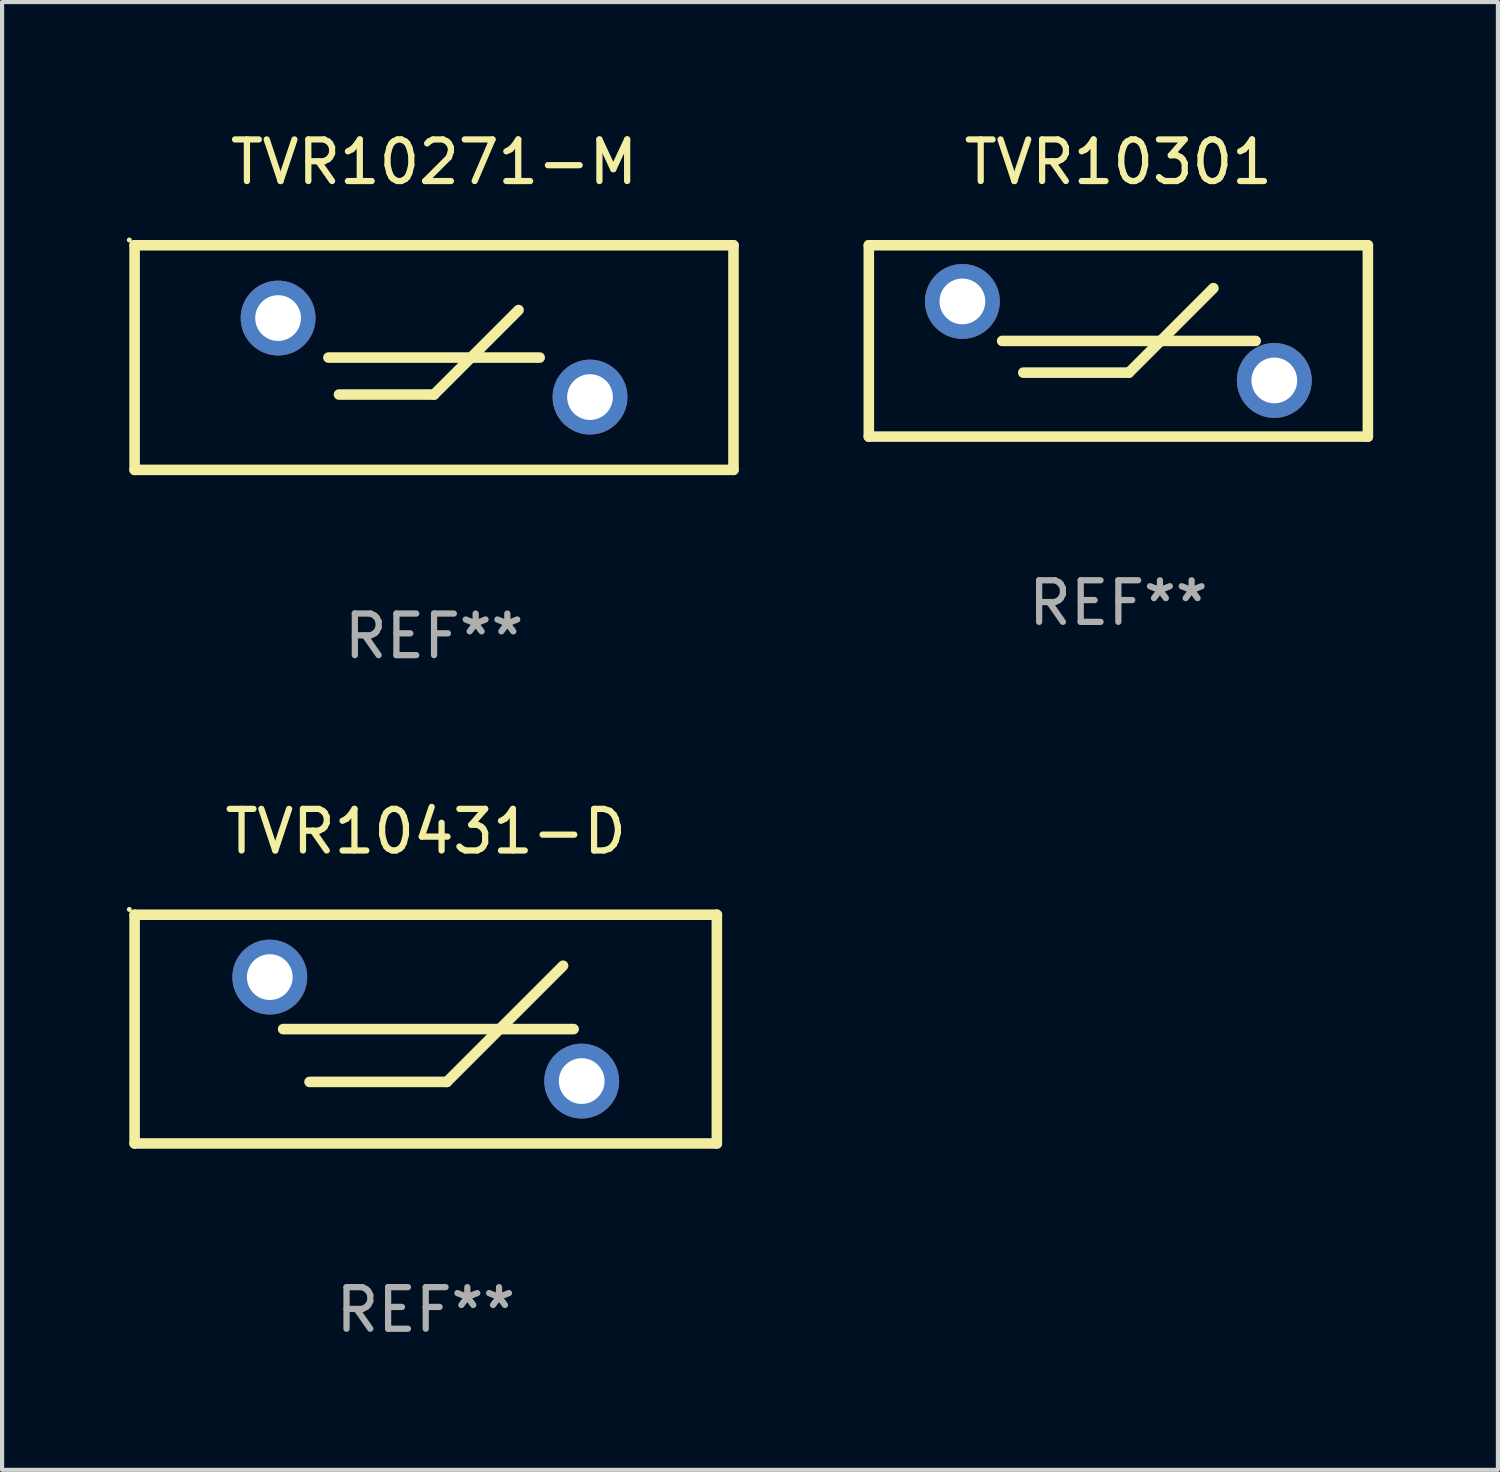
<source format=kicad_pcb>
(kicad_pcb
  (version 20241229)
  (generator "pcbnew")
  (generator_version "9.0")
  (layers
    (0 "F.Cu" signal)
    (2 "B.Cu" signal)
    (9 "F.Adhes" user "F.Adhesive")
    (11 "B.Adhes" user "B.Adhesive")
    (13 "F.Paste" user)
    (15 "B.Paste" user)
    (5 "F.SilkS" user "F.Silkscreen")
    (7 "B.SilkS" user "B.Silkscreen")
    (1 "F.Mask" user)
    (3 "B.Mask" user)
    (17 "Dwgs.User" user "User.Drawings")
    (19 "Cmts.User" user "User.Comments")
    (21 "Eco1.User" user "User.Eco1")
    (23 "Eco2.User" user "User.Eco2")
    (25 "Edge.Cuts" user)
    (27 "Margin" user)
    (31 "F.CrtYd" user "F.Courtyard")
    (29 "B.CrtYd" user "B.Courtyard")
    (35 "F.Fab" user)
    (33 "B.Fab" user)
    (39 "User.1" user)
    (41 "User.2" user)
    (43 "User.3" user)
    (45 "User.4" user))
  (footprint "TVR10271-M"
    (layer "F.Cu")
    (at 7.387 5.548)
    (property "Reference" "TVR10271-M" (at 0 -4.7 0) (layer "F.SilkS") (effects (font (size 1 1) (thickness 0.15))))
    (attr through_hole)
    (fp_line (start -7.2 -2.7) (end -7.2 2.7) (stroke (width 0.254) (type solid)) (layer "F.SilkS"))
    (fp_line (start -7.2 -2.7) (end 7.2 -2.7) (stroke (width 0.254) (type solid)) (layer "F.SilkS"))
    (fp_line (start -7.2 2.7) (end 7.2 2.7) (stroke (width 0.254) (type solid)) (layer "F.SilkS"))
    (fp_line (start -2.54 0) (end 2.54 0) (stroke (width 0.254) (type solid)) (layer "F.SilkS"))
    (fp_line (start -2.286 0.889) (end -0.000013 0.889) (stroke (width 0.254) (type solid)) (layer "F.SilkS"))
    (fp_line (start -0.000013 0.889) (end 2.032 -1.143) (stroke (width 0.254) (type solid)) (layer "F.SilkS"))
    (fp_line (start 7.2 -2.7) (end 7.2 2.7) (stroke (width 0.254) (type solid)) (layer "F.SilkS"))
    (fp_circle (center -7.327 -2.827) (end -7.297 -2.827) (stroke (width 0.06) (type solid)) (fill no) (layer "F.SilkS"))
    (fp_text user "REF**" (at 0 6.7 0) (layer "F.Fab") (effects (font (size 1 1) (thickness 0.15))))
    (pad "1" thru_hole circle (at -3.75 -0.95) (size 1.8 1.8) (drill 1.1) (layers "*.Cu" "*.Mask"))
    (pad "2" thru_hole circle (at 3.75 0.95) (size 1.8 1.8) (drill 1.1) (layers "*.Cu" "*.Mask")))
  (footprint "TVR10301"
    (layer "F.Cu")
    (at 23.841 5.148)
    (property "Reference" "TVR10301" (at 0 -4.3 0) (layer "F.SilkS") (effects (font (size 1 1) (thickness 0.15))))
    (attr through_hole)
    (fp_line (start -6 -2.3) (end -6 2.3) (stroke (width 0.254) (type solid)) (layer "F.SilkS"))
    (fp_line (start -6 -2.3) (end 6 -2.3) (stroke (width 0.254) (type solid)) (layer "F.SilkS"))
    (fp_line (start -6 2.3) (end 6 2.3) (stroke (width 0.254) (type solid)) (layer "F.SilkS"))
    (fp_line (start -2.794 0) (end 3.302 0) (stroke (width 0.254) (type solid)) (layer "F.SilkS"))
    (fp_line (start -2.286 0.762) (end 0.254 0.762) (stroke (width 0.254) (type solid)) (layer "F.SilkS"))
    (fp_line (start 0.254 0.762) (end 2.286 -1.27) (stroke (width 0.254) (type solid)) (layer "F.SilkS"))
    (fp_line (start 6 -2.3) (end 6 2.3) (stroke (width 0.254) (type solid)) (layer "F.SilkS"))
    (fp_circle (center -6 -2.3) (end -5.97 -2.3) (stroke (width 0.06) (type solid)) (fill no) (layer "F.SilkS"))
    (fp_text user "REF**" (at 0 6.3 0) (layer "F.Fab") (effects (font (size 1 1) (thickness 0.15))))
    (pad "1" thru_hole circle (at -3.75 -0.95) (size 1.8 1.8) (drill 1.1) (layers "*.Cu" "*.Mask"))
    (pad "2" thru_hole circle (at 3.75 0.95) (size 1.8 1.8) (drill 1.1) (layers "*.Cu" "*.Mask")))
  (footprint "TVR10431-D"
    (layer "F.Cu")
    (at 7.187 21.695)
    (property "Reference" "TVR10431-D" (at 0 -4.75 0) (layer "F.SilkS") (effects (font (size 1 1) (thickness 0.15))))
    (attr through_hole)
    (fp_line (start -7 -2.75) (end -7 2.75) (stroke (width 0.254) (type solid)) (layer "F.SilkS"))
    (fp_line (start -3.429 0) (end 3.556 0) (stroke (width 0.254) (type solid)) (layer "F.SilkS"))
    (fp_line (start -2.794 1.27) (end 0.508 1.27) (stroke (width 0.254) (type solid)) (layer "F.SilkS"))
    (fp_line (start 0.508 1.27) (end 3.302 -1.524) (stroke (width 0.254) (type solid)) (layer "F.SilkS"))
    (fp_line (start 7 -2.75) (end -7 -2.75) (stroke (width 0.254) (type solid)) (layer "F.SilkS"))
    (fp_line (start 7 -2.75) (end 7 2.75) (stroke (width 0.254) (type solid)) (layer "F.SilkS"))
    (fp_line (start 7 2.75) (end -7 2.75) (stroke (width 0.254) (type solid)) (layer "F.SilkS"))
    (fp_circle (center -7.127 -2.877) (end -7.097 -2.877) (stroke (width 0.06) (type solid)) (fill no) (layer "F.SilkS"))
    (fp_text user "REF**" (at 0 6.75 0) (layer "F.Fab") (effects (font (size 1 1) (thickness 0.15))))
    (pad "1" thru_hole circle (at -3.75 -1.25) (size 1.8 1.8) (drill 1.1) (layers "*.Cu" "*.Mask"))
    (pad "2" thru_hole circle (at 3.75 1.25) (size 1.8 1.8) (drill 1.1) (layers "*.Cu" "*.Mask")))
  (gr_rect
    (start -3 -3)
    (end 32.968 32.293)
    (stroke (width 0.1) (type default))
    (fill no)
    (layer "Edge.Cuts")))
</source>
